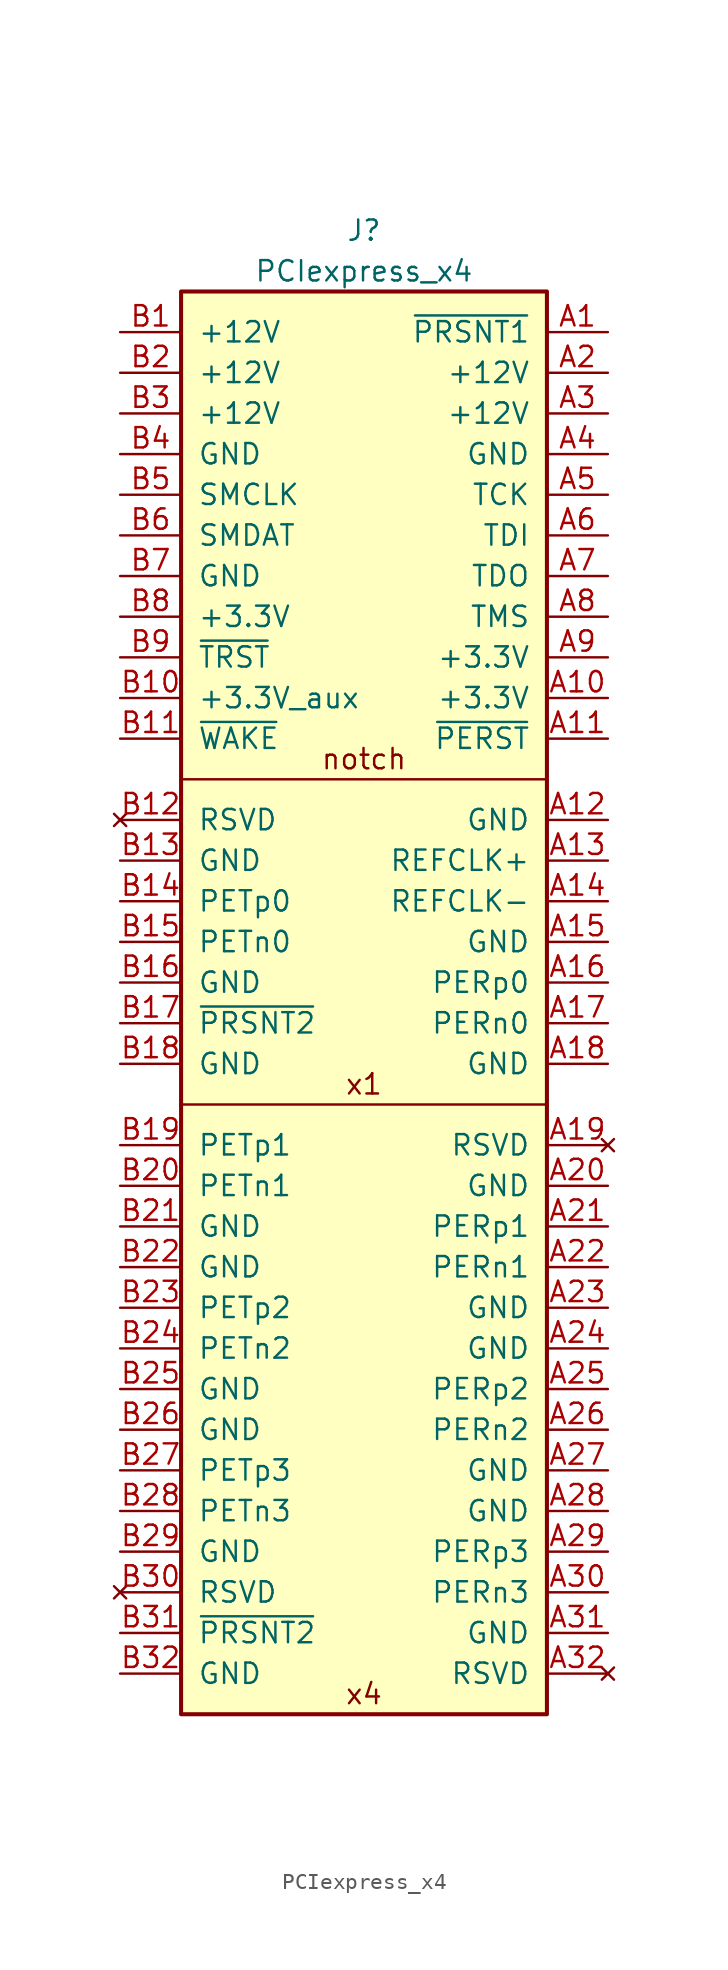
<source format=kicad_sym>
(kicad_symbol_lib
  (version 20231120)
  (generator "kicad_symbol_editor")
  (generator_version "8.0")
  (symbol "PCIexpress_x4"
    (pin_names
      (offset 1.016))
    (property "Reference" "J"
      (at 0 3.81 0)
      (effects (font (size 1.27 1.27))))
    (property "Value" "PCIexpress_x4"
      (at 0 1.27 0)
      (effects (font (size 1.27 1.27))))
    (symbol "PCIexpress_x4_0_0"
      (text "notch" (at 0 -29.21 0) (effects (font (size 1.27 1.27))))
      (text "x1" (at 0 -49.53 0) (effects (font (size 1.27 1.27))))
      (text "x4" (at 0 -87.63 0) (effects (font (size 1.27 1.27)))))
    (symbol "PCIexpress_x4_0_1"
      (polyline (pts (xy 11.43 -50.8) (xy -11.43 -50.8)) (stroke (width 0) (type default)) (fill (type none)))
      (polyline (pts (xy 11.43 -30.48) (xy -11.43 -30.48)) (stroke (width 0) (type default)) (fill (type none))))
    (symbol "PCIexpress_x4_1_1"
      (rectangle (start 11.43 0) (end -11.43 -88.9) (stroke (width 0.254) (type default)) (fill (type background)))
      (pin passive line (at 15.24 -2.54 180) (length 3.81) (name "~{PRSNT1}" (effects (font (size 1.27 1.27)))) (number "A1" (effects (font (size 1.27 1.27)))))
      (pin power_out line (at 15.24 -25.4 180) (length 3.81) (name "+3.3V" (effects (font (size 1.27 1.27)))) (number "A10" (effects (font (size 1.27 1.27)))))
      (pin output line (at 15.24 -27.94 180) (length 3.81) (name "~{PERST}" (effects (font (size 1.27 1.27)))) (number "A11" (effects (font (size 1.27 1.27)))))
      (pin power_out line (at 15.24 -33.02 180) (length 3.81) (name "GND" (effects (font (size 1.27 1.27)))) (number "A12" (effects (font (size 1.27 1.27)))))
      (pin output line (at 15.24 -35.56 180) (length 3.81) (name "REFCLK+" (effects (font (size 1.27 1.27)))) (number "A13" (effects (font (size 1.27 1.27)))))
      (pin output line (at 15.24 -38.1 180) (length 3.81) (name "REFCLK-" (effects (font (size 1.27 1.27)))) (number "A14" (effects (font (size 1.27 1.27)))))
      (pin power_out line (at 15.24 -40.64 180) (length 3.81) (name "GND" (effects (font (size 1.27 1.27)))) (number "A15" (effects (font (size 1.27 1.27)))))
      (pin input line (at 15.24 -43.18 180) (length 3.81) (name "PERp0" (effects (font (size 1.27 1.27)))) (number "A16" (effects (font (size 1.27 1.27)))))
      (pin input line (at 15.24 -45.72 180) (length 3.81) (name "PERn0" (effects (font (size 1.27 1.27)))) (number "A17" (effects (font (size 1.27 1.27)))))
      (pin power_out line (at 15.24 -48.26 180) (length 3.81) (name "GND" (effects (font (size 1.27 1.27)))) (number "A18" (effects (font (size 1.27 1.27)))))
      (pin no_connect line (at 15.24 -53.34 180) (length 3.81) (name "RSVD" (effects (font (size 1.27 1.27)))) (number "A19" (effects (font (size 1.27 1.27)))))
      (pin power_out line (at 15.24 -5.08 180) (length 3.81) (name "+12V" (effects (font (size 1.27 1.27)))) (number "A2" (effects (font (size 1.27 1.27)))))
      (pin power_out line (at 15.24 -55.88 180) (length 3.81) (name "GND" (effects (font (size 1.27 1.27)))) (number "A20" (effects (font (size 1.27 1.27)))))
      (pin input line (at 15.24 -58.42 180) (length 3.81) (name "PERp1" (effects (font (size 1.27 1.27)))) (number "A21" (effects (font (size 1.27 1.27)))))
      (pin input line (at 15.24 -60.96 180) (length 3.81) (name "PERn1" (effects (font (size 1.27 1.27)))) (number "A22" (effects (font (size 1.27 1.27)))))
      (pin power_out line (at 15.24 -63.5 180) (length 3.81) (name "GND" (effects (font (size 1.27 1.27)))) (number "A23" (effects (font (size 1.27 1.27)))))
      (pin power_out line (at 15.24 -66.04 180) (length 3.81) (name "GND" (effects (font (size 1.27 1.27)))) (number "A24" (effects (font (size 1.27 1.27)))))
      (pin input line (at 15.24 -68.58 180) (length 3.81) (name "PERp2" (effects (font (size 1.27 1.27)))) (number "A25" (effects (font (size 1.27 1.27)))))
      (pin input line (at 15.24 -71.12 180) (length 3.81) (name "PERn2" (effects (font (size 1.27 1.27)))) (number "A26" (effects (font (size 1.27 1.27)))))
      (pin power_out line (at 15.24 -73.66 180) (length 3.81) (name "GND" (effects (font (size 1.27 1.27)))) (number "A27" (effects (font (size 1.27 1.27)))))
      (pin power_out line (at 15.24 -76.2 180) (length 3.81) (name "GND" (effects (font (size 1.27 1.27)))) (number "A28" (effects (font (size 1.27 1.27)))))
      (pin input line (at 15.24 -78.74 180) (length 3.81) (name "PERp3" (effects (font (size 1.27 1.27)))) (number "A29" (effects (font (size 1.27 1.27)))))
      (pin power_out line (at 15.24 -7.62 180) (length 3.81) (name "+12V" (effects (font (size 1.27 1.27)))) (number "A3" (effects (font (size 1.27 1.27)))))
      (pin input line (at 15.24 -81.28 180) (length 3.81) (name "PERn3" (effects (font (size 1.27 1.27)))) (number "A30" (effects (font (size 1.27 1.27)))))
      (pin power_out line (at 15.24 -83.82 180) (length 3.81) (name "GND" (effects (font (size 1.27 1.27)))) (number "A31" (effects (font (size 1.27 1.27)))))
      (pin no_connect line (at 15.24 -86.36 180) (length 3.81) (name "RSVD" (effects (font (size 1.27 1.27)))) (number "A32" (effects (font (size 1.27 1.27)))))
      (pin power_out line (at 15.24 -10.16 180) (length 3.81) (name "GND" (effects (font (size 1.27 1.27)))) (number "A4" (effects (font (size 1.27 1.27)))))
      (pin output line (at 15.24 -12.7 180) (length 3.81) (name "TCK" (effects (font (size 1.27 1.27)))) (number "A5" (effects (font (size 1.27 1.27)))))
      (pin output line (at 15.24 -15.24 180) (length 3.81) (name "TDI" (effects (font (size 1.27 1.27)))) (number "A6" (effects (font (size 1.27 1.27)))))
      (pin input line (at 15.24 -17.78 180) (length 3.81) (name "TDO" (effects (font (size 1.27 1.27)))) (number "A7" (effects (font (size 1.27 1.27)))))
      (pin output line (at 15.24 -20.32 180) (length 3.81) (name "TMS" (effects (font (size 1.27 1.27)))) (number "A8" (effects (font (size 1.27 1.27)))))
      (pin power_out line (at 15.24 -22.86 180) (length 3.81) (name "+3.3V" (effects (font (size 1.27 1.27)))) (number "A9" (effects (font (size 1.27 1.27)))))
      (pin power_out line (at -15.24 -2.54 0) (length 3.81) (name "+12V" (effects (font (size 1.27 1.27)))) (number "B1" (effects (font (size 1.27 1.27)))))
      (pin power_out line (at -15.24 -25.4 0) (length 3.81) (name "+3.3V_aux" (effects (font (size 1.27 1.27)))) (number "B10" (effects (font (size 1.27 1.27)))))
      (pin open_collector line (at -15.24 -27.94 0) (length 3.81) (name "~{WAKE}" (effects (font (size 1.27 1.27)))) (number "B11" (effects (font (size 1.27 1.27)))))
      (pin no_connect line (at -15.24 -33.02 0) (length 3.81) (name "RSVD" (effects (font (size 1.27 1.27)))) (number "B12" (effects (font (size 1.27 1.27)))))
      (pin power_out line (at -15.24 -35.56 0) (length 3.81) (name "GND" (effects (font (size 1.27 1.27)))) (number "B13" (effects (font (size 1.27 1.27)))))
      (pin output line (at -15.24 -38.1 0) (length 3.81) (name "PETp0" (effects (font (size 1.27 1.27)))) (number "B14" (effects (font (size 1.27 1.27)))))
      (pin output line (at -15.24 -40.64 0) (length 3.81) (name "PETn0" (effects (font (size 1.27 1.27)))) (number "B15" (effects (font (size 1.27 1.27)))))
      (pin power_out line (at -15.24 -43.18 0) (length 3.81) (name "GND" (effects (font (size 1.27 1.27)))) (number "B16" (effects (font (size 1.27 1.27)))))
      (pin passive line (at -15.24 -45.72 0) (length 3.81) (name "~{PRSNT2}" (effects (font (size 1.27 1.27)))) (number "B17" (effects (font (size 1.27 1.27)))))
      (pin power_out line (at -15.24 -48.26 0) (length 3.81) (name "GND" (effects (font (size 1.27 1.27)))) (number "B18" (effects (font (size 1.27 1.27)))))
      (pin output line (at -15.24 -53.34 0) (length 3.81) (name "PETp1" (effects (font (size 1.27 1.27)))) (number "B19" (effects (font (size 1.27 1.27)))))
      (pin power_out line (at -15.24 -5.08 0) (length 3.81) (name "+12V" (effects (font (size 1.27 1.27)))) (number "B2" (effects (font (size 1.27 1.27)))))
      (pin output line (at -15.24 -55.88 0) (length 3.81) (name "PETn1" (effects (font (size 1.27 1.27)))) (number "B20" (effects (font (size 1.27 1.27)))))
      (pin power_out line (at -15.24 -58.42 0) (length 3.81) (name "GND" (effects (font (size 1.27 1.27)))) (number "B21" (effects (font (size 1.27 1.27)))))
      (pin power_out line (at -15.24 -60.96 0) (length 3.81) (name "GND" (effects (font (size 1.27 1.27)))) (number "B22" (effects (font (size 1.27 1.27)))))
      (pin output line (at -15.24 -63.5 0) (length 3.81) (name "PETp2" (effects (font (size 1.27 1.27)))) (number "B23" (effects (font (size 1.27 1.27)))))
      (pin output line (at -15.24 -66.04 0) (length 3.81) (name "PETn2" (effects (font (size 1.27 1.27)))) (number "B24" (effects (font (size 1.27 1.27)))))
      (pin power_out line (at -15.24 -68.58 0) (length 3.81) (name "GND" (effects (font (size 1.27 1.27)))) (number "B25" (effects (font (size 1.27 1.27)))))
      (pin power_out line (at -15.24 -71.12 0) (length 3.81) (name "GND" (effects (font (size 1.27 1.27)))) (number "B26" (effects (font (size 1.27 1.27)))))
      (pin output line (at -15.24 -73.66 0) (length 3.81) (name "PETp3" (effects (font (size 1.27 1.27)))) (number "B27" (effects (font (size 1.27 1.27)))))
      (pin output line (at -15.24 -76.2 0) (length 3.81) (name "PETn3" (effects (font (size 1.27 1.27)))) (number "B28" (effects (font (size 1.27 1.27)))))
      (pin power_out line (at -15.24 -78.74 0) (length 3.81) (name "GND" (effects (font (size 1.27 1.27)))) (number "B29" (effects (font (size 1.27 1.27)))))
      (pin power_out line (at -15.24 -7.62 0) (length 3.81) (name "+12V" (effects (font (size 1.27 1.27)))) (number "B3" (effects (font (size 1.27 1.27)))))
      (pin no_connect line (at -15.24 -81.28 0) (length 3.81) (name "RSVD" (effects (font (size 1.27 1.27)))) (number "B30" (effects (font (size 1.27 1.27)))))
      (pin passive line (at -15.24 -83.82 0) (length 3.81) (name "~{PRSNT2}" (effects (font (size 1.27 1.27)))) (number "B31" (effects (font (size 1.27 1.27)))))
      (pin power_out line (at -15.24 -86.36 0) (length 3.81) (name "GND" (effects (font (size 1.27 1.27)))) (number "B32" (effects (font (size 1.27 1.27)))))
      (pin power_out line (at -15.24 -10.16 0) (length 3.81) (name "GND" (effects (font (size 1.27 1.27)))) (number "B4" (effects (font (size 1.27 1.27)))))
      (pin open_collector line (at -15.24 -12.7 0) (length 3.81) (name "SMCLK" (effects (font (size 1.27 1.27)))) (number "B5" (effects (font (size 1.27 1.27)))))
      (pin open_collector line (at -15.24 -15.24 0) (length 3.81) (name "SMDAT" (effects (font (size 1.27 1.27)))) (number "B6" (effects (font (size 1.27 1.27)))))
      (pin power_out line (at -15.24 -17.78 0) (length 3.81) (name "GND" (effects (font (size 1.27 1.27)))) (number "B7" (effects (font (size 1.27 1.27)))))
      (pin power_out line (at -15.24 -20.32 0) (length 3.81) (name "+3.3V" (effects (font (size 1.27 1.27)))) (number "B8" (effects (font (size 1.27 1.27)))))
      (pin output line (at -15.24 -22.86 0) (length 3.81) (name "~{TRST}" (effects (font (size 1.27 1.27)))) (number "B9" (effects (font (size 1.27 1.27))))))))
</source>
